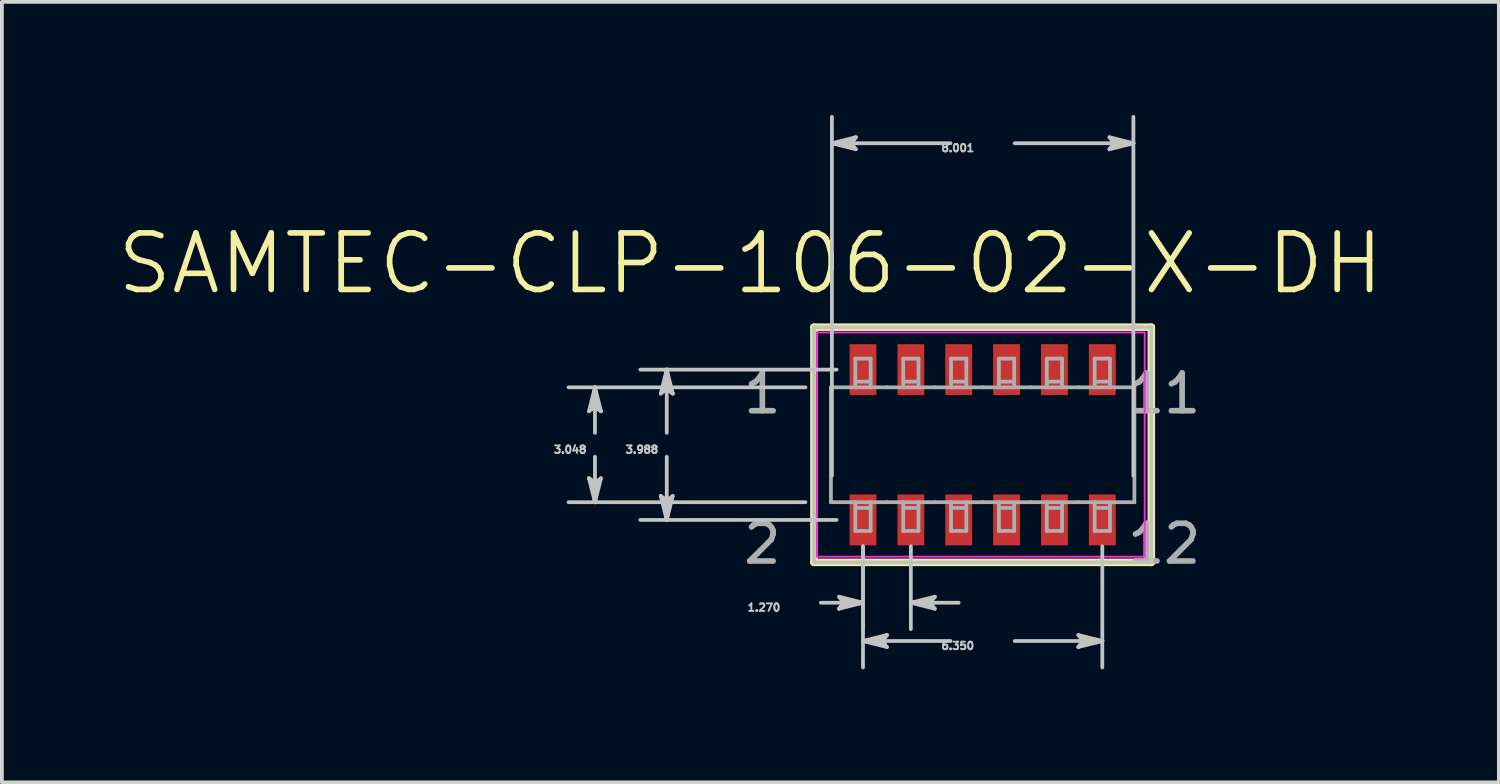
<source format=kicad_pcb>
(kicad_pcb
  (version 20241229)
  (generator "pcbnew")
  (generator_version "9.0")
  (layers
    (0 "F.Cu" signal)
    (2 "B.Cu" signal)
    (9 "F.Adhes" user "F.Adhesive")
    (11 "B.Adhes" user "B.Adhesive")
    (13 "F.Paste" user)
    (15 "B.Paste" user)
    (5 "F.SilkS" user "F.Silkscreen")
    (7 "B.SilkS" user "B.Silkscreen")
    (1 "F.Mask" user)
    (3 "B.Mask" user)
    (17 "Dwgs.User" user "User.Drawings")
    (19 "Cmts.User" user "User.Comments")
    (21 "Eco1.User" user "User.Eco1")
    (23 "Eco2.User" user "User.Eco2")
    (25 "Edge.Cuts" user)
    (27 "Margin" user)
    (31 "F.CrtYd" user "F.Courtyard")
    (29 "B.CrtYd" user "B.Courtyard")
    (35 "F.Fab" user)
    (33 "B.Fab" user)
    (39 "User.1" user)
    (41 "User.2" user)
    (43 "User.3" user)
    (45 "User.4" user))
  (footprint "SAMTEC-CLP-106-02-X-DH"
    (layer "F.Cu")
    (at 23.024 8.752)
    (property "Reference" "SAMTEC-CLP-106-02-X-DH" (at -6.163 -4.808 0) (layer "F.SilkS") (effects (font (size 1.5 1.5) (thickness 0.15))))
    (attr smd)
    (fp_poly (pts (xy -3.582 -2.72) (xy -2.769 -2.72) (xy -2.769 -1.268) (xy -3.582 -1.268)) (stroke (width 0.01) (type solid)) (fill yes) (layer "F.Mask"))
    (fp_poly (pts (xy -3.582 1.268) (xy -2.769 1.268) (xy -2.769 2.72) (xy -3.582 2.72)) (stroke (width 0.01) (type solid)) (fill yes) (layer "F.Mask"))
    (fp_poly (pts (xy -2.312 -2.72) (xy -1.499 -2.72) (xy -1.499 -1.268) (xy -2.312 -1.268)) (stroke (width 0.01) (type solid)) (fill yes) (layer "F.Mask"))
    (fp_poly (pts (xy -2.312 1.268) (xy -1.499 1.268) (xy -1.499 2.72) (xy -2.312 2.72)) (stroke (width 0.01) (type solid)) (fill yes) (layer "F.Mask"))
    (fp_poly (pts (xy -1.042 -2.72) (xy -0.229 -2.72) (xy -0.229 -1.268) (xy -1.042 -1.268)) (stroke (width 0.01) (type solid)) (fill yes) (layer "F.Mask"))
    (fp_poly (pts (xy -1.042 1.268) (xy -0.229 1.268) (xy -0.229 2.72) (xy -1.042 2.72)) (stroke (width 0.01) (type solid)) (fill yes) (layer "F.Mask"))
    (fp_poly (pts (xy 0.228 -2.72) (xy 1.041 -2.72) (xy 1.041 -1.268) (xy 0.228 -1.268)) (stroke (width 0.01) (type solid)) (fill yes) (layer "F.Mask"))
    (fp_poly (pts (xy 0.228 1.268) (xy 1.041 1.268) (xy 1.041 2.72) (xy 0.228 2.72)) (stroke (width 0.01) (type solid)) (fill yes) (layer "F.Mask"))
    (fp_poly (pts (xy 1.498 -2.72) (xy 2.311 -2.72) (xy 2.311 -1.268) (xy 1.498 -1.268)) (stroke (width 0.01) (type solid)) (fill yes) (layer "F.Mask"))
    (fp_poly (pts (xy 1.498 1.268) (xy 2.311 1.268) (xy 2.311 2.72) (xy 1.498 2.72)) (stroke (width 0.01) (type solid)) (fill yes) (layer "F.Mask"))
    (fp_poly (pts (xy 2.768 -2.72) (xy 3.581 -2.72) (xy 3.581 -1.268) (xy 2.768 -1.268)) (stroke (width 0.01) (type solid)) (fill yes) (layer "F.Mask"))
    (fp_poly (pts (xy 2.768 1.268) (xy 3.581 1.268) (xy 3.581 2.72) (xy 2.768 2.72)) (stroke (width 0.01) (type solid)) (fill yes) (layer "F.Mask"))
    (fp_line (start -4.476 -3.12) (end -4.476 3.12) (stroke (width 0.2) (type solid)) (layer "F.SilkS"))
    (fp_line (start -4.476 3.12) (end 4.476 3.12) (stroke (width 0.2) (type solid)) (layer "F.SilkS"))
    (fp_line (start 4.476 -3.12) (end -4.476 -3.12) (stroke (width 0.2) (type solid)) (layer "F.SilkS"))
    (fp_line (start 4.476 3.12) (end 4.476 -3.12) (stroke (width 0.2) (type solid)) (layer "F.SilkS"))
    (fp_poly (pts (xy -3.531 -2.669) (xy -2.82 -2.669) (xy -2.82 -1.319) (xy -3.531 -1.319)) (stroke (width 0.01) (type solid)) (fill yes) (layer "F.Paste"))
    (fp_poly (pts (xy -3.531 1.319) (xy -2.82 1.319) (xy -2.82 2.669) (xy -3.531 2.669)) (stroke (width 0.01) (type solid)) (fill yes) (layer "F.Paste"))
    (fp_poly (pts (xy -2.261 -2.669) (xy -1.55 -2.669) (xy -1.55 -1.319) (xy -2.261 -1.319)) (stroke (width 0.01) (type solid)) (fill yes) (layer "F.Paste"))
    (fp_poly (pts (xy -2.261 1.319) (xy -1.55 1.319) (xy -1.55 2.669) (xy -2.261 2.669)) (stroke (width 0.01) (type solid)) (fill yes) (layer "F.Paste"))
    (fp_poly (pts (xy -0.991 -2.669) (xy -0.28 -2.669) (xy -0.28 -1.319) (xy -0.991 -1.319)) (stroke (width 0.01) (type solid)) (fill yes) (layer "F.Paste"))
    (fp_poly (pts (xy -0.991 1.319) (xy -0.28 1.319) (xy -0.28 2.669) (xy -0.991 2.669)) (stroke (width 0.01) (type solid)) (fill yes) (layer "F.Paste"))
    (fp_poly (pts (xy 0.279 -2.669) (xy 0.99 -2.669) (xy 0.99 -1.319) (xy 0.279 -1.319)) (stroke (width 0.01) (type solid)) (fill yes) (layer "F.Paste"))
    (fp_poly (pts (xy 0.279 1.319) (xy 0.99 1.319) (xy 0.99 2.669) (xy 0.279 2.669)) (stroke (width 0.01) (type solid)) (fill yes) (layer "F.Paste"))
    (fp_poly (pts (xy 1.549 -2.669) (xy 2.26 -2.669) (xy 2.26 -1.319) (xy 1.549 -1.319)) (stroke (width 0.01) (type solid)) (fill yes) (layer "F.Paste"))
    (fp_poly (pts (xy 1.549 1.319) (xy 2.26 1.319) (xy 2.26 2.669) (xy 1.549 2.669)) (stroke (width 0.01) (type solid)) (fill yes) (layer "F.Paste"))
    (fp_poly (pts (xy 2.819 -2.669) (xy 3.53 -2.669) (xy 3.53 -1.319) (xy 2.819 -1.319)) (stroke (width 0.01) (type solid)) (fill yes) (layer "F.Paste"))
    (fp_poly (pts (xy 2.819 1.319) (xy 3.53 1.319) (xy 3.53 2.669) (xy 2.819 2.669)) (stroke (width 0.01) (type solid)) (fill yes) (layer "F.Paste"))
    (fp_line (start -10.446 -0.889) (end -10.287 -1.016) (stroke (width 0.1) (type solid)) (layer "Dwgs.User"))
    (fp_line (start -10.446 0.889) (end -10.287 1.524) (stroke (width 0.1) (type solid)) (layer "Dwgs.User"))
    (fp_line (start -10.366 -0.952) (end -10.287 -1.016) (stroke (width 0.1) (type solid)) (layer "Dwgs.User"))
    (fp_line (start -10.366 0.952) (end -10.446 0.889) (stroke (width 0.1) (type solid)) (layer "Dwgs.User"))
    (fp_line (start -10.287 -1.524) (end -10.446 -0.889) (stroke (width 0.1) (type solid)) (layer "Dwgs.User"))
    (fp_line (start -10.287 -1.524) (end -10.366 -0.952) (stroke (width 0.1) (type solid)) (layer "Dwgs.User"))
    (fp_line (start -10.287 -1.524) (end -10.208 -0.952) (stroke (width 0.1) (type solid)) (layer "Dwgs.User"))
    (fp_line (start -10.287 -1.016) (end -10.287 -1.524) (stroke (width 0.1) (type solid)) (layer "Dwgs.User"))
    (fp_line (start -10.287 -1.016) (end -10.128 -0.889) (stroke (width 0.1) (type solid)) (layer "Dwgs.User"))
    (fp_line (start -10.287 -0.318) (end -10.287 -1.524) (stroke (width 0.1) (type solid)) (layer "Dwgs.User"))
    (fp_line (start -10.287 0.318) (end -10.287 1.524) (stroke (width 0.1) (type solid)) (layer "Dwgs.User"))
    (fp_line (start -10.287 1.016) (end -10.446 0.889) (stroke (width 0.1) (type solid)) (layer "Dwgs.User"))
    (fp_line (start -10.287 1.016) (end -10.287 1.524) (stroke (width 0.1) (type solid)) (layer "Dwgs.User"))
    (fp_line (start -10.287 1.524) (end -10.366 0.952) (stroke (width 0.1) (type solid)) (layer "Dwgs.User"))
    (fp_line (start -10.287 1.524) (end -10.208 0.952) (stroke (width 0.1) (type solid)) (layer "Dwgs.User"))
    (fp_line (start -10.287 1.524) (end -10.128 0.889) (stroke (width 0.1) (type solid)) (layer "Dwgs.User"))
    (fp_line (start -10.208 -0.952) (end -10.128 -0.889) (stroke (width 0.1) (type solid)) (layer "Dwgs.User"))
    (fp_line (start -10.208 0.952) (end -10.287 1.016) (stroke (width 0.1) (type solid)) (layer "Dwgs.User"))
    (fp_line (start -10.128 -0.889) (end -10.287 -1.524) (stroke (width 0.1) (type solid)) (layer "Dwgs.User"))
    (fp_line (start -10.128 0.889) (end -10.287 1.016) (stroke (width 0.1) (type solid)) (layer "Dwgs.User"))
    (fp_line (start -8.541 -1.359) (end -8.382 -1.486) (stroke (width 0.1) (type solid)) (layer "Dwgs.User"))
    (fp_line (start -8.541 1.359) (end -8.382 1.994) (stroke (width 0.1) (type solid)) (layer "Dwgs.User"))
    (fp_line (start -8.461 -1.422) (end -8.382 -1.486) (stroke (width 0.1) (type solid)) (layer "Dwgs.User"))
    (fp_line (start -8.461 1.422) (end -8.541 1.359) (stroke (width 0.1) (type solid)) (layer "Dwgs.User"))
    (fp_line (start -8.382 -1.994) (end -8.541 -1.359) (stroke (width 0.1) (type solid)) (layer "Dwgs.User"))
    (fp_line (start -8.382 -1.994) (end -8.461 -1.422) (stroke (width 0.1) (type solid)) (layer "Dwgs.User"))
    (fp_line (start -8.382 -1.994) (end -8.303 -1.422) (stroke (width 0.1) (type solid)) (layer "Dwgs.User"))
    (fp_line (start -8.382 -1.486) (end -8.382 -1.994) (stroke (width 0.1) (type solid)) (layer "Dwgs.User"))
    (fp_line (start -8.382 -1.486) (end -8.223 -1.359) (stroke (width 0.1) (type solid)) (layer "Dwgs.User"))
    (fp_line (start -8.382 -0.318) (end -8.382 -1.994) (stroke (width 0.1) (type solid)) (layer "Dwgs.User"))
    (fp_line (start -8.382 0.318) (end -8.382 1.994) (stroke (width 0.1) (type solid)) (layer "Dwgs.User"))
    (fp_line (start -8.382 1.486) (end -8.541 1.359) (stroke (width 0.1) (type solid)) (layer "Dwgs.User"))
    (fp_line (start -8.382 1.486) (end -8.382 1.994) (stroke (width 0.1) (type solid)) (layer "Dwgs.User"))
    (fp_line (start -8.382 1.994) (end -8.461 1.422) (stroke (width 0.1) (type solid)) (layer "Dwgs.User"))
    (fp_line (start -8.382 1.994) (end -8.303 1.422) (stroke (width 0.1) (type solid)) (layer "Dwgs.User"))
    (fp_line (start -8.382 1.994) (end -8.223 1.359) (stroke (width 0.1) (type solid)) (layer "Dwgs.User"))
    (fp_line (start -8.303 -1.422) (end -8.223 -1.359) (stroke (width 0.1) (type solid)) (layer "Dwgs.User"))
    (fp_line (start -8.303 1.422) (end -8.382 1.486) (stroke (width 0.1) (type solid)) (layer "Dwgs.User"))
    (fp_line (start -8.223 -1.359) (end -8.382 -1.994) (stroke (width 0.1) (type solid)) (layer "Dwgs.User"))
    (fp_line (start -8.223 1.359) (end -8.382 1.486) (stroke (width 0.1) (type solid)) (layer "Dwgs.User"))
    (fp_line (start -4.702 -1.524) (end -10.988 -1.524) (stroke (width 0.1) (type solid)) (layer "Dwgs.User"))
    (fp_line (start -4.702 1.524) (end -10.988 1.524) (stroke (width 0.1) (type solid)) (layer "Dwgs.User"))
    (fp_line (start -4.476 -3.12) (end -4.476 3.12) (stroke (width 0.1) (type solid)) (layer "Dwgs.User"))
    (fp_line (start -4.476 3.12) (end 4.476 3.12) (stroke (width 0.1) (type solid)) (layer "Dwgs.User"))
    (fp_line (start -4.293 4.191) (end -3.175 4.191) (stroke (width 0.1) (type solid)) (layer "Dwgs.User"))
    (fp_line (start -4 -8.001) (end -3.429 -8.08) (stroke (width 0.1) (type solid)) (layer "Dwgs.User"))
    (fp_line (start -4 -8.001) (end -3.429 -7.922) (stroke (width 0.1) (type solid)) (layer "Dwgs.User"))
    (fp_line (start -4 -8.001) (end -3.366 -7.842) (stroke (width 0.1) (type solid)) (layer "Dwgs.User"))
    (fp_line (start -4 0.823) (end -4 -8.702) (stroke (width 0.1) (type solid)) (layer "Dwgs.User"))
    (fp_line (start -3.876 -1.994) (end -9.083 -1.994) (stroke (width 0.1) (type solid)) (layer "Dwgs.User"))
    (fp_line (start -3.876 1.994) (end -9.083 1.994) (stroke (width 0.1) (type solid)) (layer "Dwgs.User"))
    (fp_line (start -3.81 4.032) (end -3.683 4.191) (stroke (width 0.1) (type solid)) (layer "Dwgs.User"))
    (fp_line (start -3.81 4.35) (end -3.175 4.191) (stroke (width 0.1) (type solid)) (layer "Dwgs.User"))
    (fp_line (start -3.746 4.112) (end -3.683 4.191) (stroke (width 0.1) (type solid)) (layer "Dwgs.User"))
    (fp_line (start -3.746 4.27) (end -3.81 4.35) (stroke (width 0.1) (type solid)) (layer "Dwgs.User"))
    (fp_line (start -3.683 4.191) (end -3.81 4.35) (stroke (width 0.1) (type solid)) (layer "Dwgs.User"))
    (fp_line (start -3.683 4.191) (end -3.175 4.191) (stroke (width 0.1) (type solid)) (layer "Dwgs.User"))
    (fp_line (start -3.492 -8.001) (end -4 -8.001) (stroke (width 0.1) (type solid)) (layer "Dwgs.User"))
    (fp_line (start -3.492 -8.001) (end -3.366 -8.16) (stroke (width 0.1) (type solid)) (layer "Dwgs.User"))
    (fp_line (start -3.429 -8.08) (end -3.366 -8.16) (stroke (width 0.1) (type solid)) (layer "Dwgs.User"))
    (fp_line (start -3.429 -7.922) (end -3.492 -8.001) (stroke (width 0.1) (type solid)) (layer "Dwgs.User"))
    (fp_line (start -3.366 -8.16) (end -4 -8.001) (stroke (width 0.1) (type solid)) (layer "Dwgs.User"))
    (fp_line (start -3.366 -7.842) (end -3.492 -8.001) (stroke (width 0.1) (type solid)) (layer "Dwgs.User"))
    (fp_line (start -3.175 2.695) (end -3.175 4.892) (stroke (width 0.1) (type solid)) (layer "Dwgs.User"))
    (fp_line (start -3.175 2.695) (end -3.175 5.908) (stroke (width 0.1) (type solid)) (layer "Dwgs.User"))
    (fp_line (start -3.175 4.191) (end -3.81 4.032) (stroke (width 0.1) (type solid)) (layer "Dwgs.User"))
    (fp_line (start -3.175 4.191) (end -3.746 4.112) (stroke (width 0.1) (type solid)) (layer "Dwgs.User"))
    (fp_line (start -3.175 4.191) (end -3.746 4.27) (stroke (width 0.1) (type solid)) (layer "Dwgs.User"))
    (fp_line (start -3.175 5.207) (end -2.604 5.128) (stroke (width 0.1) (type solid)) (layer "Dwgs.User"))
    (fp_line (start -3.175 5.207) (end -2.604 5.286) (stroke (width 0.1) (type solid)) (layer "Dwgs.User"))
    (fp_line (start -3.175 5.207) (end -2.54 5.366) (stroke (width 0.1) (type solid)) (layer "Dwgs.User"))
    (fp_line (start -2.667 5.207) (end -3.175 5.207) (stroke (width 0.1) (type solid)) (layer "Dwgs.User"))
    (fp_line (start -2.667 5.207) (end -2.54 5.048) (stroke (width 0.1) (type solid)) (layer "Dwgs.User"))
    (fp_line (start -2.604 5.128) (end -2.54 5.048) (stroke (width 0.1) (type solid)) (layer "Dwgs.User"))
    (fp_line (start -2.604 5.286) (end -2.667 5.207) (stroke (width 0.1) (type solid)) (layer "Dwgs.User"))
    (fp_line (start -2.54 5.048) (end -3.175 5.207) (stroke (width 0.1) (type solid)) (layer "Dwgs.User"))
    (fp_line (start -2.54 5.366) (end -2.667 5.207) (stroke (width 0.1) (type solid)) (layer "Dwgs.User"))
    (fp_line (start -1.905 2.695) (end -1.905 4.892) (stroke (width 0.1) (type solid)) (layer "Dwgs.User"))
    (fp_line (start -1.905 4.191) (end -1.334 4.112) (stroke (width 0.1) (type solid)) (layer "Dwgs.User"))
    (fp_line (start -1.905 4.191) (end -1.334 4.27) (stroke (width 0.1) (type solid)) (layer "Dwgs.User"))
    (fp_line (start -1.905 4.191) (end -1.27 4.35) (stroke (width 0.1) (type solid)) (layer "Dwgs.User"))
    (fp_line (start -1.397 4.191) (end -1.905 4.191) (stroke (width 0.1) (type solid)) (layer "Dwgs.User"))
    (fp_line (start -1.397 4.191) (end -1.27 4.032) (stroke (width 0.1) (type solid)) (layer "Dwgs.User"))
    (fp_line (start -1.334 4.112) (end -1.27 4.032) (stroke (width 0.1) (type solid)) (layer "Dwgs.User"))
    (fp_line (start -1.334 4.27) (end -1.397 4.191) (stroke (width 0.1) (type solid)) (layer "Dwgs.User"))
    (fp_line (start -1.27 4.032) (end -1.905 4.191) (stroke (width 0.1) (type solid)) (layer "Dwgs.User"))
    (fp_line (start -1.27 4.35) (end -1.397 4.191) (stroke (width 0.1) (type solid)) (layer "Dwgs.User"))
    (fp_line (start -0.851 -8.001) (end -4 -8.001) (stroke (width 0.1) (type solid)) (layer "Dwgs.User"))
    (fp_line (start -0.851 5.207) (end -3.175 5.207) (stroke (width 0.1) (type solid)) (layer "Dwgs.User"))
    (fp_line (start -0.635 4.191) (end -1.905 4.191) (stroke (width 0.1) (type solid)) (layer "Dwgs.User"))
    (fp_line (start 0.851 -8.001) (end 4 -8.001) (stroke (width 0.1) (type solid)) (layer "Dwgs.User"))
    (fp_line (start 0.851 5.207) (end 3.175 5.207) (stroke (width 0.1) (type solid)) (layer "Dwgs.User"))
    (fp_line (start 2.54 5.048) (end 2.667 5.207) (stroke (width 0.1) (type solid)) (layer "Dwgs.User"))
    (fp_line (start 2.54 5.366) (end 3.175 5.207) (stroke (width 0.1) (type solid)) (layer "Dwgs.User"))
    (fp_line (start 2.604 5.128) (end 2.667 5.207) (stroke (width 0.1) (type solid)) (layer "Dwgs.User"))
    (fp_line (start 2.604 5.286) (end 2.54 5.366) (stroke (width 0.1) (type solid)) (layer "Dwgs.User"))
    (fp_line (start 2.667 5.207) (end 2.54 5.366) (stroke (width 0.1) (type solid)) (layer "Dwgs.User"))
    (fp_line (start 2.667 5.207) (end 3.175 5.207) (stroke (width 0.1) (type solid)) (layer "Dwgs.User"))
    (fp_line (start 3.175 2.695) (end 3.175 5.908) (stroke (width 0.1) (type solid)) (layer "Dwgs.User"))
    (fp_line (start 3.175 5.207) (end 2.54 5.048) (stroke (width 0.1) (type solid)) (layer "Dwgs.User"))
    (fp_line (start 3.175 5.207) (end 2.604 5.128) (stroke (width 0.1) (type solid)) (layer "Dwgs.User"))
    (fp_line (start 3.175 5.207) (end 2.604 5.286) (stroke (width 0.1) (type solid)) (layer "Dwgs.User"))
    (fp_line (start 3.366 -8.16) (end 3.492 -8.001) (stroke (width 0.1) (type solid)) (layer "Dwgs.User"))
    (fp_line (start 3.366 -7.842) (end 4 -8.001) (stroke (width 0.1) (type solid)) (layer "Dwgs.User"))
    (fp_line (start 3.429 -8.08) (end 3.492 -8.001) (stroke (width 0.1) (type solid)) (layer "Dwgs.User"))
    (fp_line (start 3.429 -7.922) (end 3.366 -7.842) (stroke (width 0.1) (type solid)) (layer "Dwgs.User"))
    (fp_line (start 3.492 -8.001) (end 3.366 -7.842) (stroke (width 0.1) (type solid)) (layer "Dwgs.User"))
    (fp_line (start 3.492 -8.001) (end 4 -8.001) (stroke (width 0.1) (type solid)) (layer "Dwgs.User"))
    (fp_line (start 4 -8.001) (end 3.366 -8.16) (stroke (width 0.1) (type solid)) (layer "Dwgs.User"))
    (fp_line (start 4 -8.001) (end 3.429 -8.08) (stroke (width 0.1) (type solid)) (layer "Dwgs.User"))
    (fp_line (start 4 -8.001) (end 3.429 -7.922) (stroke (width 0.1) (type solid)) (layer "Dwgs.User"))
    (fp_line (start 4 0.823) (end 4 -8.702) (stroke (width 0.1) (type solid)) (layer "Dwgs.User"))
    (fp_line (start 4.476 -3.12) (end -4.476 -3.12) (stroke (width 0.1) (type solid)) (layer "Dwgs.User"))
    (fp_line (start 4.476 3.12) (end 4.476 -3.12) (stroke (width 0.1) (type solid)) (layer "Dwgs.User"))
    (fp_rect (start -4.4 -2.98) (end 4.3 2.97) (stroke (width 0.05) (type default)) (fill no) (layer "F.CrtYd"))
    (fp_line (start -4.026 -1.524) (end -4.026 1.524) (stroke (width 0.1) (type solid)) (layer "F.Fab"))
    (fp_line (start -4.026 1.524) (end -2.54 1.524) (stroke (width 0.1) (type solid)) (layer "F.Fab"))
    (fp_line (start -3.378 -2.286) (end -3.378 -1.524) (stroke (width 0.1) (type solid)) (layer "F.Fab"))
    (fp_line (start -3.378 1.524) (end -3.378 2.286) (stroke (width 0.1) (type solid)) (layer "F.Fab"))
    (fp_line (start -3.378 1.676) (end -2.972 1.676) (stroke (width 0.1) (type solid)) (layer "F.Fab"))
    (fp_line (start -3.378 2.286) (end -2.972 2.286) (stroke (width 0.1) (type solid)) (layer "F.Fab"))
    (fp_line (start -2.972 -2.286) (end -3.378 -2.286) (stroke (width 0.1) (type solid)) (layer "F.Fab"))
    (fp_line (start -2.972 -1.676) (end -3.378 -1.676) (stroke (width 0.1) (type solid)) (layer "F.Fab"))
    (fp_line (start -2.972 -1.524) (end -2.972 -2.286) (stroke (width 0.1) (type solid)) (layer "F.Fab"))
    (fp_line (start -2.972 2.286) (end -2.972 1.524) (stroke (width 0.1) (type solid)) (layer "F.Fab"))
    (fp_line (start -2.54 -1.524) (end -4.026 -1.524) (stroke (width 0.1) (type solid)) (layer "F.Fab"))
    (fp_line (start -2.54 -1.524) (end -1.27 -1.524) (stroke (width 0.1) (type solid)) (layer "F.Fab"))
    (fp_line (start -2.54 1.524) (end -1.27 1.524) (stroke (width 0.1) (type solid)) (layer "F.Fab"))
    (fp_line (start -2.108 -2.286) (end -2.108 -1.524) (stroke (width 0.1) (type solid)) (layer "F.Fab"))
    (fp_line (start -2.108 1.524) (end -2.108 2.286) (stroke (width 0.1) (type solid)) (layer "F.Fab"))
    (fp_line (start -2.108 1.676) (end -1.702 1.676) (stroke (width 0.1) (type solid)) (layer "F.Fab"))
    (fp_line (start -2.108 2.286) (end -1.702 2.286) (stroke (width 0.1) (type solid)) (layer "F.Fab"))
    (fp_line (start -1.702 -2.286) (end -2.108 -2.286) (stroke (width 0.1) (type solid)) (layer "F.Fab"))
    (fp_line (start -1.702 -1.676) (end -2.108 -1.676) (stroke (width 0.1) (type solid)) (layer "F.Fab"))
    (fp_line (start -1.702 -1.524) (end -1.702 -2.286) (stroke (width 0.1) (type solid)) (layer "F.Fab"))
    (fp_line (start -1.702 2.286) (end -1.702 1.524) (stroke (width 0.1) (type solid)) (layer "F.Fab"))
    (fp_line (start -1.27 -1.524) (end 0 -1.524) (stroke (width 0.1) (type solid)) (layer "F.Fab"))
    (fp_line (start -1.27 1.524) (end 0 1.524) (stroke (width 0.1) (type solid)) (layer "F.Fab"))
    (fp_line (start -0.838 -2.286) (end -0.838 -1.524) (stroke (width 0.1) (type solid)) (layer "F.Fab"))
    (fp_line (start -0.838 1.524) (end -0.838 2.286) (stroke (width 0.1) (type solid)) (layer "F.Fab"))
    (fp_line (start -0.838 1.676) (end -0.432 1.676) (stroke (width 0.1) (type solid)) (layer "F.Fab"))
    (fp_line (start -0.838 2.286) (end -0.432 2.286) (stroke (width 0.1) (type solid)) (layer "F.Fab"))
    (fp_line (start -0.432 -2.286) (end -0.838 -2.286) (stroke (width 0.1) (type solid)) (layer "F.Fab"))
    (fp_line (start -0.432 -1.676) (end -0.838 -1.676) (stroke (width 0.1) (type solid)) (layer "F.Fab"))
    (fp_line (start -0.432 -1.524) (end -0.432 -2.286) (stroke (width 0.1) (type solid)) (layer "F.Fab"))
    (fp_line (start -0.432 2.286) (end -0.432 1.524) (stroke (width 0.1) (type solid)) (layer "F.Fab"))
    (fp_line (start 0 -1.524) (end 1.27 -1.524) (stroke (width 0.1) (type solid)) (layer "F.Fab"))
    (fp_line (start 0 1.524) (end 1.27 1.524) (stroke (width 0.1) (type solid)) (layer "F.Fab"))
    (fp_line (start 0.432 -2.286) (end 0.432 -1.524) (stroke (width 0.1) (type solid)) (layer "F.Fab"))
    (fp_line (start 0.432 1.524) (end 0.432 2.286) (stroke (width 0.1) (type solid)) (layer "F.Fab"))
    (fp_line (start 0.432 1.676) (end 0.838 1.676) (stroke (width 0.1) (type solid)) (layer "F.Fab"))
    (fp_line (start 0.432 2.286) (end 0.838 2.286) (stroke (width 0.1) (type solid)) (layer "F.Fab"))
    (fp_line (start 0.838 -2.286) (end 0.432 -2.286) (stroke (width 0.1) (type solid)) (layer "F.Fab"))
    (fp_line (start 0.838 -1.676) (end 0.432 -1.676) (stroke (width 0.1) (type solid)) (layer "F.Fab"))
    (fp_line (start 0.838 -1.524) (end 0.838 -2.286) (stroke (width 0.1) (type solid)) (layer "F.Fab"))
    (fp_line (start 0.838 2.286) (end 0.838 1.524) (stroke (width 0.1) (type solid)) (layer "F.Fab"))
    (fp_line (start 1.27 -1.524) (end 2.54 -1.524) (stroke (width 0.1) (type solid)) (layer "F.Fab"))
    (fp_line (start 1.27 1.524) (end 2.54 1.524) (stroke (width 0.1) (type solid)) (layer "F.Fab"))
    (fp_line (start 1.702 -2.286) (end 1.702 -1.524) (stroke (width 0.1) (type solid)) (layer "F.Fab"))
    (fp_line (start 1.702 1.524) (end 1.702 2.286) (stroke (width 0.1) (type solid)) (layer "F.Fab"))
    (fp_line (start 1.702 1.676) (end 2.108 1.676) (stroke (width 0.1) (type solid)) (layer "F.Fab"))
    (fp_line (start 1.702 2.286) (end 2.108 2.286) (stroke (width 0.1) (type solid)) (layer "F.Fab"))
    (fp_line (start 2.108 -2.286) (end 1.702 -2.286) (stroke (width 0.1) (type solid)) (layer "F.Fab"))
    (fp_line (start 2.108 -1.676) (end 1.702 -1.676) (stroke (width 0.1) (type solid)) (layer "F.Fab"))
    (fp_line (start 2.108 -1.524) (end 2.108 -2.286) (stroke (width 0.1) (type solid)) (layer "F.Fab"))
    (fp_line (start 2.108 2.286) (end 2.108 1.524) (stroke (width 0.1) (type solid)) (layer "F.Fab"))
    (fp_line (start 2.54 -1.524) (end 4.026 -1.524) (stroke (width 0.1) (type solid)) (layer "F.Fab"))
    (fp_line (start 2.972 -2.286) (end 2.972 -1.524) (stroke (width 0.1) (type solid)) (layer "F.Fab"))
    (fp_line (start 2.972 1.524) (end 2.972 2.286) (stroke (width 0.1) (type solid)) (layer "F.Fab"))
    (fp_line (start 2.972 1.676) (end 3.378 1.676) (stroke (width 0.1) (type solid)) (layer "F.Fab"))
    (fp_line (start 2.972 2.286) (end 3.378 2.286) (stroke (width 0.1) (type solid)) (layer "F.Fab"))
    (fp_line (start 3.378 -2.286) (end 2.972 -2.286) (stroke (width 0.1) (type solid)) (layer "F.Fab"))
    (fp_line (start 3.378 -1.676) (end 2.972 -1.676) (stroke (width 0.1) (type solid)) (layer "F.Fab"))
    (fp_line (start 3.378 -1.524) (end 3.378 -2.286) (stroke (width 0.1) (type solid)) (layer "F.Fab"))
    (fp_line (start 3.378 2.286) (end 3.378 1.524) (stroke (width 0.1) (type solid)) (layer "F.Fab"))
    (fp_line (start 4.026 -1.524) (end 4.026 1.524) (stroke (width 0.1) (type solid)) (layer "F.Fab"))
    (fp_line (start 4.026 1.524) (end 2.54 1.524) (stroke (width 0.1) (type solid)) (layer "F.Fab"))
    (fp_text user "1.270" (at -5.804 4.318 0) (layer "Dwgs.User") (effects (font (size 0.2 0.2) (thickness 0.15))))
    (fp_text user "3.048" (at -10.947 0.127 0) (layer "Dwgs.User") (effects (font (size 0.2 0.2) (thickness 0.15))))
    (fp_text user "8.001" (at -0.66 -7.874 0) (layer "Dwgs.User") (effects (font (size 0.2 0.2) (thickness 0.15))))
    (fp_text user "6.350" (at -0.66 5.334 0) (layer "Dwgs.User") (effects (font (size 0.2 0.2) (thickness 0.15))))
    (fp_text user "3.988" (at -9.042 0.127 0) (layer "Dwgs.User") (effects (font (size 0.2 0.2) (thickness 0.15))))
    (fp_text user "12" (at 4.817 2.629 0) (layer "F.Fab") (effects (font (size 1 1) (thickness 0.15))))
    (fp_text user "11" (at 4.817 -1.359 0) (layer "F.Fab") (effects (font (size 1 1) (thickness 0.15))))
    (fp_text user "2" (at -5.846 2.629 0) (layer "F.Fab") (effects (font (size 1 1) (thickness 0.15))))
    (fp_text user "1" (at -5.846 -1.359 0) (layer "F.Fab") (effects (font (size 1 1) (thickness 0.15))))
    (pad "1" smd rect (at -3.175 -1.994) (size 0.711 1.35) (layers "F.Cu" "F.Paste"))
    (pad "2" smd rect (at -3.175 1.994) (size 0.711 1.35) (layers "F.Cu" "F.Paste"))
    (pad "3" smd rect (at -1.905 -1.994) (size 0.711 1.35) (layers "F.Cu" "F.Paste"))
    (pad "4" smd rect (at -1.905 1.994) (size 0.711 1.35) (layers "F.Cu" "F.Paste"))
    (pad "5" smd rect (at -0.635 -1.994) (size 0.711 1.35) (layers "F.Cu" "F.Paste"))
    (pad "6" smd rect (at -0.635 1.994) (size 0.711 1.35) (layers "F.Cu" "F.Paste"))
    (pad "7" smd rect (at 0.635 -1.994) (size 0.711 1.35) (layers "F.Cu" "F.Paste"))
    (pad "8" smd rect (at 0.635 1.994) (size 0.711 1.35) (layers "F.Cu" "F.Paste"))
    (pad "9" smd rect (at 1.905 -1.994) (size 0.711 1.35) (layers "F.Cu" "F.Paste"))
    (pad "10" smd rect (at 1.905 1.994) (size 0.711 1.35) (layers "F.Cu" "F.Paste"))
    (pad "11" smd rect (at 3.175 -1.994) (size 0.711 1.35) (layers "F.Cu" "F.Paste"))
    (pad "12" smd rect (at 3.175 1.994) (size 0.711 1.35) (layers "F.Cu" "F.Paste")))
  (gr_rect
    (start -3 -3)
    (end 36.721 17.71)
    (stroke (width 0.1) (type default))
    (fill no)
    (layer "Edge.Cuts")))
</source>
